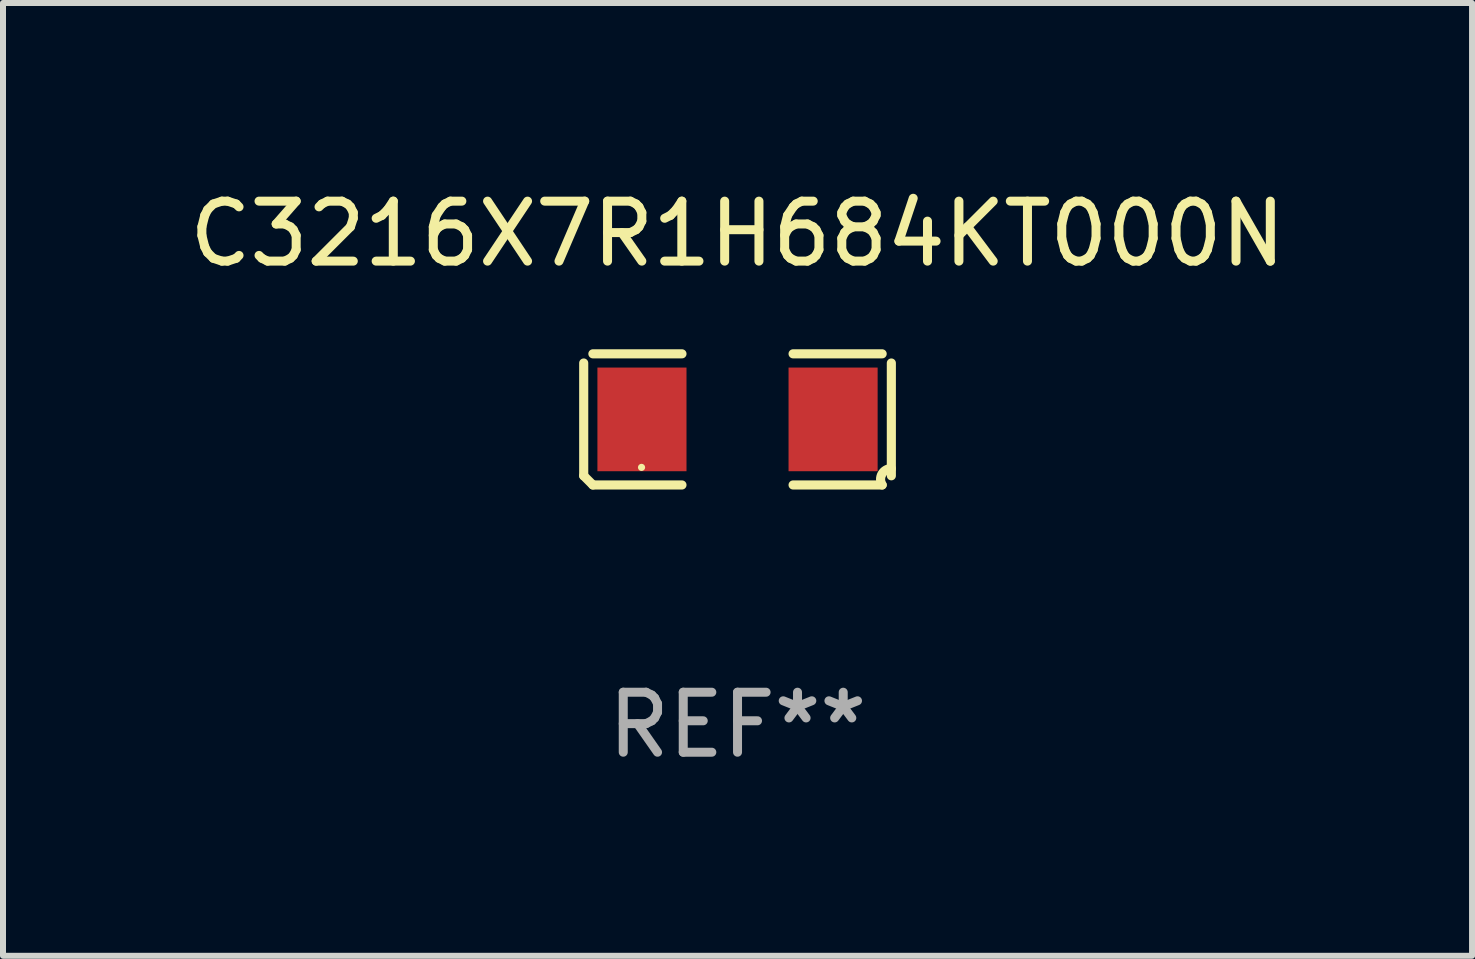
<source format=kicad_pcb>
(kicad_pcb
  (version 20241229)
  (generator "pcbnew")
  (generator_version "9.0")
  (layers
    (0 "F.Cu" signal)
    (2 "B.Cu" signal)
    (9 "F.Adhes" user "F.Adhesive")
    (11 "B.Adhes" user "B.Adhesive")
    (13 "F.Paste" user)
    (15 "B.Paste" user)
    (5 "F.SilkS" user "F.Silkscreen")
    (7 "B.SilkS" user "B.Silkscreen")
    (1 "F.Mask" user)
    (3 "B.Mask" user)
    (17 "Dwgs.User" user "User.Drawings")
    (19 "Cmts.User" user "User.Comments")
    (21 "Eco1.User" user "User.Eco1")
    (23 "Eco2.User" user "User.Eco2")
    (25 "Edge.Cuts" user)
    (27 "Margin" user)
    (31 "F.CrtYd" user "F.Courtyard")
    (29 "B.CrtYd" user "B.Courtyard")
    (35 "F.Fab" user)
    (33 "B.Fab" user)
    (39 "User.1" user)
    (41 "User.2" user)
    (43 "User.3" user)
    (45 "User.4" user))
  (footprint "C3216X7R1H684KT000N"
    (layer "F.Cu")
    (at 9.244 3.941)
    (property "Reference" "C3216X7R1H684KT000N" (at 0 -3.093 0) (layer "F.SilkS") (effects (font (size 1 1) (thickness 0.15))))
    (attr through_hole)
    (fp_line (start -2.564 0.94) (end -2.564 -0.94) (stroke (width 0.152) (type solid)) (layer "F.SilkS"))
    (fp_line (start -2.411 -1.093) (end -0.926 -1.093) (stroke (width 0.152) (type solid)) (layer "F.SilkS"))
    (fp_line (start -0.926 1.093) (end -2.411 1.093) (stroke (width 0.152) (type solid)) (layer "F.SilkS"))
    (fp_line (start 0.926 1.093) (end 2.411 1.093) (stroke (width 0.152) (type solid)) (layer "F.SilkS"))
    (fp_line (start 2.411 -1.093) (end 0.926 -1.093) (stroke (width 0.152) (type solid)) (layer "F.SilkS"))
    (fp_line (start 2.564 0.94) (end 2.564 -0.94) (stroke (width 0.152) (type solid)) (layer "F.SilkS"))
    (fp_arc (start -2.411201 1.092609) (mid -2.487413 1.01642) (end -2.563602 0.940208) (stroke (width 0.1524) (type solid)) (layer "F.SilkS"))
    (fp_arc (start 2.411201 1.092609) (mid 2.407159 0.911226) (end 2.563602 0.819347) (stroke (width 0.1524) (type solid)) (layer "F.SilkS"))
    (fp_circle (center -1.6 0.8) (end -1.57 0.8) (stroke (width 0.06) (type solid)) (fill no) (layer "F.SilkS"))
    (fp_text user "REF**" (at 0 5.093 0) (layer "F.Fab") (effects (font (size 1 1) (thickness 0.15))))
    (pad "1" smd rect (at -1.593 0) (size 1.485 1.728) (layers "F.Cu" "F.Mask" "F.Paste"))
    (pad "2" smd rect (at 1.593 0) (size 1.485 1.728) (layers "F.Cu" "F.Mask" "F.Paste")))
  (gr_rect
    (start -3 -3)
    (end 21.488 12.882)
    (stroke (width 0.1) (type default))
    (fill no)
    (layer "Edge.Cuts")))
</source>
